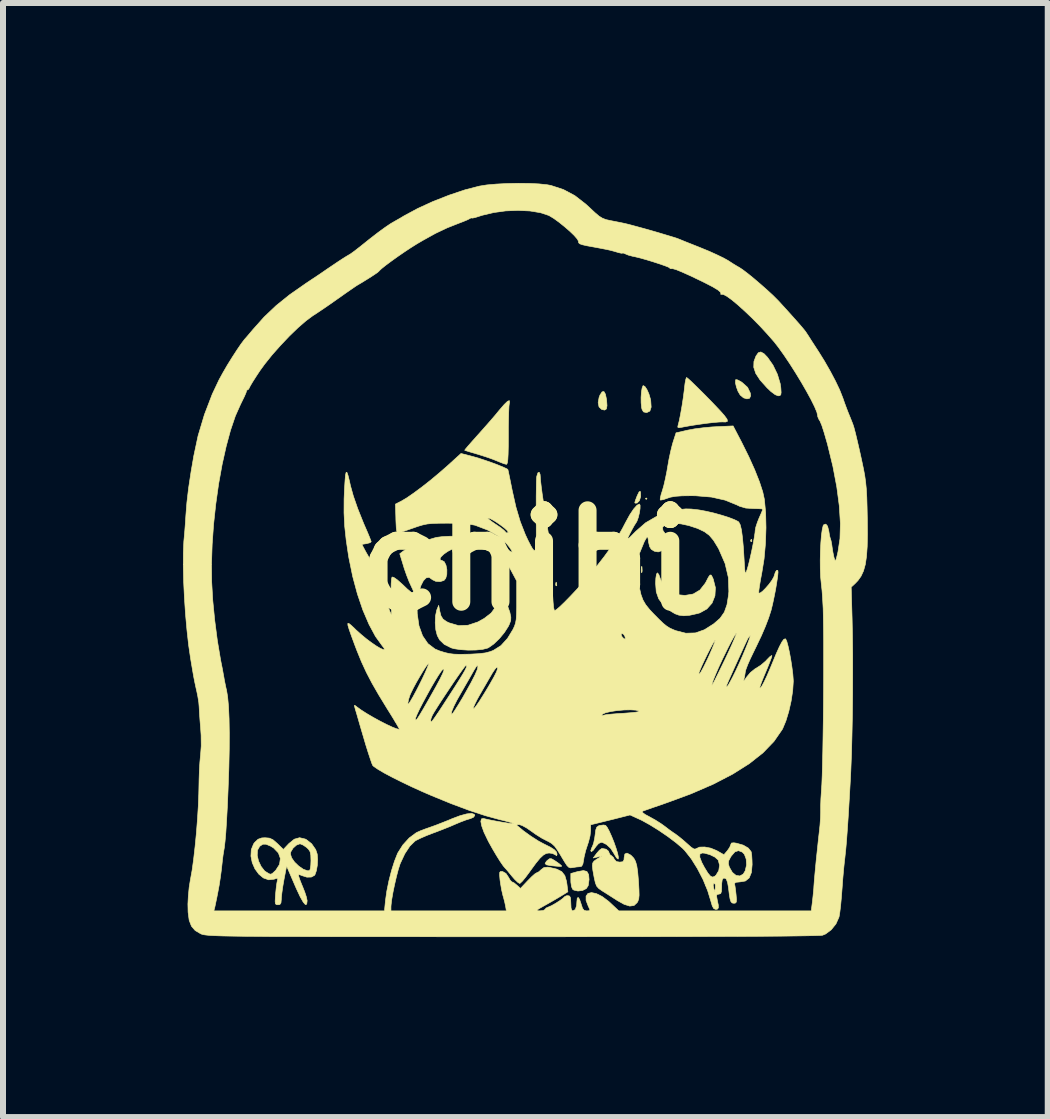
<source format=kicad_pcb>
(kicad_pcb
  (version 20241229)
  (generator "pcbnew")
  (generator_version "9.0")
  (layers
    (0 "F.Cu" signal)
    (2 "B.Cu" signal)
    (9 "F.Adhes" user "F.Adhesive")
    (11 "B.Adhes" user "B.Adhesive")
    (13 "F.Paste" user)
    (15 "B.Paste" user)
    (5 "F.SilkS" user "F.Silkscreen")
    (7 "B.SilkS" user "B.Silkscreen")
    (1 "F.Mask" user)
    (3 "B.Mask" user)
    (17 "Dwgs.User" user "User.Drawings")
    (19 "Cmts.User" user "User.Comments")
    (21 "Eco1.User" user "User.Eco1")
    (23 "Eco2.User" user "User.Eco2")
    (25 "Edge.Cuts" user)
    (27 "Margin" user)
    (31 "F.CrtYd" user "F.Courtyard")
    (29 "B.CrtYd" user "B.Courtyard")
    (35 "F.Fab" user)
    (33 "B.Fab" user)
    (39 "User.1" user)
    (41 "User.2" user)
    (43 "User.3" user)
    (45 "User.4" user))
  (footprint "chibi"
    (layer "F.Cu")
    (at 5.727 6.29)
    (property "Reference" "chibi" (at 0 0 0) (layer "F.SilkS") (effects (font (size 1.524 1.524) (thickness 0.3))))
    (attr through_hole)
    (fp_poly (pts (xy 2.007 -1.029) (xy 1.994 -1.016) (xy 1.981 -1.029) (xy 1.994 -1.041) (xy 2.007 -1.029)) (stroke (width 0.01) (type solid)) (fill yes) (layer "F.SilkS"))
    (fp_poly (pts (xy 0.5 0.376) (xy 0.503 0.416) (xy 0.498 0.425) (xy 0.486 0.417) (xy 0.485 0.392) (xy 0.491 0.364) (xy 0.5 0.376)) (stroke (width 0.01) (type solid)) (fill yes) (layer "F.SilkS"))
    (fp_poly (pts (xy 3.751 -0.347) (xy 3.754 -0.317) (xy 3.751 -0.313) (xy 3.736 -0.317) (xy 3.734 -0.33) (xy 3.743 -0.351) (xy 3.751 -0.347)) (stroke (width 0.01) (type solid)) (fill yes) (layer "F.SilkS"))
    (fp_poly (pts (xy 1.923 0.108) (xy 1.926 0.172) (xy 1.923 0.197) (xy 1.915 0.205) (xy 1.911 0.17) (xy 1.911 0.152) (xy 1.914 0.106) (xy 1.92 0.101) (xy 1.923 0.108)) (stroke (width 0.01) (type solid)) (fill yes) (layer "F.SilkS"))
    (fp_poly (pts (xy 1.899 -1.135) (xy 1.901 -1.061) (xy 1.88 -0.995) (xy 1.842 -0.956) (xy 1.842 -0.956) (xy 1.809 -0.954) (xy 1.803 -0.963) (xy 1.813 -0.998) (xy 1.836 -1.059) (xy 1.846 -1.083) (xy 1.874 -1.14) (xy 1.892 -1.152) (xy 1.899 -1.135)) (stroke (width 0.01) (type solid)) (fill yes) (layer "F.SilkS"))
    (fp_poly (pts (xy 1.314 -2.77) (xy 1.333 -2.678) (xy 1.333 -2.677) (xy 1.34 -2.579) (xy 1.33 -2.524) (xy 1.3 -2.505) (xy 1.251 -2.516) (xy 1.207 -2.558) (xy 1.193 -2.63) (xy 1.209 -2.72) (xy 1.223 -2.755) (xy 1.258 -2.809) (xy 1.289 -2.814) (xy 1.314 -2.77)) (stroke (width 0.01) (type solid)) (fill yes) (layer "F.SilkS"))
    (fp_poly (pts (xy 1.005 5.185) (xy 1.034 5.237) (xy 1.041 5.32) (xy 1.027 5.42) (xy 0.995 5.47) (xy 0.932 5.502) (xy 0.855 5.511) (xy 0.787 5.495) (xy 0.767 5.481) (xy 0.749 5.439) (xy 0.738 5.367) (xy 0.737 5.334) (xy 0.737 5.218) (xy 0.854 5.186) (xy 0.948 5.17) (xy 1.005 5.185)) (stroke (width 0.01) (type solid)) (fill yes) (layer "F.SilkS"))
    (fp_poly (pts (xy 0.415 4.973) (xy 0.463 5) (xy 0.49 5.018) (xy 0.547 5.059) (xy 0.58 5.088) (xy 0.584 5.094) (xy 0.581 5.1) (xy 0.564 5.102) (xy 0.522 5.099) (xy 0.445 5.092) (xy 0.4 5.087) (xy 0.33 5.074) (xy 0.308 5.052) (xy 0.331 5.014) (xy 0.351 4.996) (xy 0.383 4.972) (xy 0.415 4.973)) (stroke (width 0.01) (type solid)) (fill yes) (layer "F.SilkS"))
    (fp_poly (pts (xy 3.514 -3.009) (xy 3.567 -2.982) (xy 3.59 -2.967) (xy 3.683 -2.884) (xy 3.729 -2.788) (xy 3.734 -2.742) (xy 3.716 -2.702) (xy 3.672 -2.692) (xy 3.616 -2.709) (xy 3.562 -2.754) (xy 3.559 -2.758) (xy 3.524 -2.817) (xy 3.497 -2.89) (xy 3.481 -2.959) (xy 3.483 -3.006) (xy 3.487 -3.013) (xy 3.514 -3.009)) (stroke (width 0.01) (type solid)) (fill yes) (layer "F.SilkS"))
    (fp_poly (pts (xy 1.972 -2.898) (xy 2.006 -2.847) (xy 2.039 -2.773) (xy 2.064 -2.688) (xy 2.069 -2.66) (xy 2.076 -2.554) (xy 2.055 -2.489) (xy 2.004 -2.464) (xy 1.993 -2.464) (xy 1.948 -2.475) (xy 1.924 -2.517) (xy 1.917 -2.546) (xy 1.909 -2.625) (xy 1.908 -2.715) (xy 1.914 -2.803) (xy 1.925 -2.873) (xy 1.94 -2.91) (xy 1.944 -2.913) (xy 1.972 -2.898)) (stroke (width 0.01) (type solid)) (fill yes) (layer "F.SilkS"))
    (fp_poly (pts (xy 3.957 -3.445) (xy 4.014 -3.386) (xy 4.106 -3.255) (xy 4.18 -3.102) (xy 4.227 -2.945) (xy 4.237 -2.877) (xy 4.242 -2.799) (xy 4.236 -2.759) (xy 4.216 -2.745) (xy 4.192 -2.743) (xy 4.143 -2.762) (xy 4.072 -2.815) (xy 4.008 -2.876) (xy 3.892 -3.005) (xy 3.819 -3.117) (xy 3.786 -3.218) (xy 3.789 -3.315) (xy 3.823 -3.405) (xy 3.862 -3.461) (xy 3.904 -3.474) (xy 3.957 -3.445)) (stroke (width 0.01) (type solid)) (fill yes) (layer "F.SilkS"))
    (fp_poly (pts (xy 1.317 4.417) (xy 1.344 4.451) (xy 1.379 4.516) (xy 1.418 4.603) (xy 1.457 4.7) (xy 1.491 4.797) (xy 1.517 4.882) (xy 1.53 4.946) (xy 1.527 4.977) (xy 1.524 4.978) (xy 1.499 4.958) (xy 1.467 4.906) (xy 1.458 4.889) (xy 1.403 4.802) (xy 1.333 4.736) (xy 1.263 4.701) (xy 1.243 4.699) (xy 1.2 4.719) (xy 1.156 4.769) (xy 1.152 4.775) (xy 1.109 4.834) (xy 1.079 4.855) (xy 1.069 4.839) (xy 1.087 4.787) (xy 1.098 4.767) (xy 1.118 4.71) (xy 1.135 4.626) (xy 1.142 4.574) (xy 1.153 4.492) (xy 1.169 4.448) (xy 1.199 4.425) (xy 1.223 4.418) (xy 1.282 4.41) (xy 1.317 4.417)) (stroke (width 0.01) (type solid)) (fill yes) (layer "F.SilkS"))
    (fp_poly (pts (xy 2.205 0.239) (xy 2.232 0.315) (xy 2.288 0.438) (xy 2.376 0.522) (xy 2.498 0.57) (xy 2.639 0.584) (xy 2.776 0.561) (xy 2.889 0.494) (xy 2.977 0.382) (xy 2.99 0.359) (xy 3.031 0.279) (xy 3.058 0.243) (xy 3.078 0.246) (xy 3.099 0.285) (xy 3.111 0.313) (xy 3.147 0.455) (xy 3.139 0.591) (xy 3.091 0.712) (xy 3.005 0.809) (xy 2.887 0.875) (xy 2.848 0.886) (xy 2.717 0.915) (xy 2.619 0.923) (xy 2.538 0.913) (xy 2.474 0.89) (xy 2.398 0.844) (xy 2.314 0.778) (xy 2.275 0.74) (xy 2.202 0.641) (xy 2.161 0.525) (xy 2.15 0.381) (xy 2.154 0.298) (xy 2.165 0.228) (xy 2.182 0.208) (xy 2.205 0.239)) (stroke (width 0.01) (type solid)) (fill yes) (layer "F.SilkS"))
    (fp_poly (pts (xy 2.69 -3.031) (xy 2.742 -2.984) (xy 2.814 -2.914) (xy 2.9 -2.829) (xy 2.993 -2.736) (xy 3.086 -2.641) (xy 3.171 -2.552) (xy 3.242 -2.476) (xy 3.292 -2.419) (xy 3.295 -2.416) (xy 3.341 -2.353) (xy 3.348 -2.318) (xy 3.315 -2.306) (xy 3.263 -2.308) (xy 3.207 -2.306) (xy 3.113 -2.298) (xy 2.994 -2.284) (xy 2.864 -2.266) (xy 2.734 -2.246) (xy 2.618 -2.225) (xy 2.594 -2.22) (xy 2.538 -2.211) (xy 2.519 -2.221) (xy 2.525 -2.253) (xy 2.545 -2.33) (xy 2.567 -2.442) (xy 2.59 -2.573) (xy 2.611 -2.709) (xy 2.627 -2.832) (xy 2.63 -2.864) (xy 2.641 -2.953) (xy 2.654 -3.019) (xy 2.665 -3.048) (xy 2.667 -3.048) (xy 2.69 -3.031)) (stroke (width 0.01) (type solid)) (fill yes) (layer "F.SilkS"))
    (fp_poly (pts (xy -0.284 -2.632) (xy -0.289 -2.61) (xy -0.294 -2.567) (xy -0.298 -2.482) (xy -0.301 -2.365) (xy -0.304 -2.225) (xy -0.304 -2.076) (xy -0.305 -1.901) (xy -0.308 -1.771) (xy -0.313 -1.681) (xy -0.32 -1.627) (xy -0.331 -1.603) (xy -0.337 -1.601) (xy -0.377 -1.611) (xy -0.444 -1.637) (xy -0.483 -1.653) (xy -0.562 -1.685) (xy -0.67 -1.723) (xy -0.786 -1.76) (xy -0.811 -1.768) (xy -0.908 -1.796) (xy -0.983 -1.819) (xy -1.026 -1.833) (xy -1.032 -1.836) (xy -1.018 -1.856) (xy -0.976 -1.906) (xy -0.912 -1.979) (xy -0.832 -2.069) (xy -0.814 -2.089) (xy -0.714 -2.201) (xy -0.611 -2.318) (xy -0.519 -2.425) (xy -0.456 -2.502) (xy -0.373 -2.598) (xy -0.317 -2.652) (xy -0.288 -2.663) (xy -0.284 -2.632)) (stroke (width 0.01) (type solid)) (fill yes) (layer "F.SilkS"))
    (fp_poly (pts (xy -0.39 0.655) (xy -0.316 0.762) (xy -0.28 0.863) (xy -0.263 0.945) (xy -0.265 1.004) (xy -0.288 1.065) (xy -0.304 1.099) (xy -0.37 1.202) (xy -0.455 1.305) (xy -0.548 1.394) (xy -0.635 1.455) (xy -0.653 1.463) (xy -0.733 1.483) (xy -0.845 1.494) (xy -0.973 1.496) (xy -1.1 1.488) (xy -1.208 1.472) (xy -1.256 1.458) (xy -1.371 1.401) (xy -1.45 1.325) (xy -1.489 1.252) (xy -1.513 1.159) (xy -1.523 1.042) (xy -1.518 0.924) (xy -1.498 0.829) (xy -1.495 0.821) (xy -1.465 0.749) (xy -1.449 0.839) (xy -1.427 0.925) (xy -1.393 0.979) (xy -1.332 1.022) (xy -1.286 1.043) (xy -1.134 1.087) (xy -0.976 1.081) (xy -0.811 1.026) (xy -0.706 0.967) (xy -0.591 0.878) (xy -0.519 0.779) (xy -0.484 0.667) (xy -0.47 0.576) (xy -0.39 0.655)) (stroke (width 0.01) (type solid)) (fill yes) (layer "F.SilkS"))
    (fp_poly (pts (xy 1.326 4.814) (xy 1.366 4.848) (xy 1.372 4.868) (xy 1.392 4.908) (xy 1.409 4.918) (xy 1.447 4.952) (xy 1.461 4.981) (xy 1.496 5.02) (xy 1.551 5.029) (xy 1.604 5.023) (xy 1.623 4.992) (xy 1.626 4.953) (xy 1.638 4.894) (xy 1.673 4.879) (xy 1.731 4.909) (xy 1.748 4.923) (xy 1.787 4.964) (xy 1.815 5.016) (xy 1.836 5.087) (xy 1.851 5.187) (xy 1.863 5.326) (xy 1.866 5.366) (xy 1.873 5.493) (xy 1.875 5.581) (xy 1.869 5.64) (xy 1.855 5.682) (xy 1.843 5.703) (xy 1.791 5.752) (xy 1.72 5.762) (xy 1.626 5.733) (xy 1.51 5.668) (xy 1.415 5.607) (xy 1.321 5.547) (xy 1.257 5.507) (xy 1.202 5.468) (xy 1.167 5.428) (xy 1.145 5.371) (xy 1.125 5.28) (xy 1.124 5.275) (xy 1.104 5.164) (xy 1.096 5.091) (xy 1.102 5.044) (xy 1.124 5.012) (xy 1.165 4.983) (xy 1.175 4.977) (xy 1.257 4.925) (xy 1.184 4.943) (xy 1.111 4.96) (xy 1.17 4.88) (xy 1.215 4.829) (xy 1.253 4.802) (xy 1.26 4.801) (xy 1.326 4.814)) (stroke (width 0.01) (type solid)) (fill yes) (layer "F.SilkS"))
    (fp_poly (pts (xy -3.691 4.644) (xy -3.675 4.651) (xy -3.583 4.723) (xy -3.515 4.821) (xy -3.49 4.895) (xy -3.483 4.982) (xy -3.488 5.081) (xy -3.504 5.173) (xy -3.527 5.238) (xy -3.534 5.249) (xy -3.587 5.278) (xy -3.662 5.28) (xy -3.738 5.256) (xy -3.782 5.239) (xy -3.801 5.241) (xy -3.798 5.268) (xy -3.777 5.33) (xy -3.744 5.413) (xy -3.736 5.431) (xy -3.698 5.527) (xy -3.67 5.612) (xy -3.658 5.671) (xy -3.658 5.675) (xy -3.665 5.73) (xy -3.687 5.737) (xy -3.723 5.696) (xy -3.773 5.608) (xy -3.837 5.472) (xy -3.861 5.417) (xy -4 5.094) (xy -4.044 5.322) (xy -4.064 5.437) (xy -4.079 5.544) (xy -4.088 5.626) (xy -4.088 5.645) (xy -4.094 5.709) (xy -4.113 5.736) (xy -4.144 5.74) (xy -4.172 5.737) (xy -4.187 5.722) (xy -4.191 5.682) (xy -4.187 5.608) (xy -4.183 5.554) (xy -4.173 5.456) (xy -4.162 5.376) (xy -4.152 5.328) (xy -4.151 5.326) (xy -4.147 5.301) (xy -4.171 5.301) (xy -4.209 5.314) (xy -4.3 5.324) (xy -4.387 5.293) (xy -4.464 5.229) (xy -4.528 5.141) (xy -4.573 5.038) (xy -4.595 4.928) (xy -4.594 4.916) (xy -4.49 4.916) (xy -4.468 5.011) (xy -4.424 5.103) (xy -4.365 5.178) (xy -4.294 5.223) (xy -4.262 5.231) (xy -4.234 5.215) (xy -4.19 5.174) (xy -4.18 5.164) (xy -4.118 5.067) (xy -4.104 4.968) (xy -4.131 4.892) (xy -3.937 4.892) (xy -3.917 4.957) (xy -3.867 5.029) (xy -3.797 5.096) (xy -3.722 5.148) (xy -3.652 5.173) (xy -3.619 5.172) (xy -3.606 5.144) (xy -3.597 5.081) (xy -3.594 5.005) (xy -3.597 4.914) (xy -3.608 4.857) (xy -3.634 4.816) (xy -3.666 4.785) (xy -3.724 4.745) (xy -3.773 4.725) (xy -3.778 4.724) (xy -3.835 4.745) (xy -3.892 4.796) (xy -3.93 4.858) (xy -3.937 4.892) (xy -4.131 4.892) (xy -4.138 4.875) (xy -4.216 4.794) (xy -4.268 4.762) (xy -4.343 4.731) (xy -4.396 4.731) (xy -4.446 4.764) (xy -4.449 4.766) (xy -4.485 4.83) (xy -4.49 4.916) (xy -4.594 4.916) (xy -4.589 4.821) (xy -4.55 4.725) (xy -4.532 4.701) (xy -4.476 4.648) (xy -4.414 4.626) (xy -4.36 4.623) (xy -4.288 4.629) (xy -4.229 4.655) (xy -4.164 4.711) (xy -4.154 4.72) (xy -4.054 4.818) (xy -3.962 4.72) (xy -3.872 4.647) (xy -3.784 4.622) (xy -3.691 4.644)) (stroke (width 0.01) (type solid)) (fill yes) (layer "F.SilkS"))
    (fp_poly (pts (xy 0.042 -6.283) (xy 0.207 -6.275) (xy 0.341 -6.261) (xy 0.406 -6.249) (xy 0.613 -6.181) (xy 0.803 -6.08) (xy 0.987 -5.937) (xy 1.047 -5.882) (xy 1.139 -5.796) (xy 1.207 -5.738) (xy 1.264 -5.703) (xy 1.323 -5.68) (xy 1.39 -5.665) (xy 1.492 -5.645) (xy 1.592 -5.625) (xy 1.638 -5.615) (xy 1.701 -5.6) (xy 1.798 -5.574) (xy 1.919 -5.541) (xy 2.052 -5.504) (xy 2.187 -5.465) (xy 2.313 -5.427) (xy 2.42 -5.395) (xy 2.497 -5.371) (xy 2.527 -5.36) (xy 2.569 -5.343) (xy 2.647 -5.311) (xy 2.753 -5.269) (xy 2.874 -5.221) (xy 2.908 -5.207) (xy 3.042 -5.152) (xy 3.17 -5.094) (xy 3.28 -5.041) (xy 3.358 -4.998) (xy 3.365 -4.993) (xy 3.444 -4.942) (xy 3.513 -4.9) (xy 3.546 -4.882) (xy 3.603 -4.844) (xy 3.686 -4.781) (xy 3.788 -4.698) (xy 3.898 -4.604) (xy 4.007 -4.508) (xy 4.106 -4.417) (xy 4.184 -4.339) (xy 4.204 -4.318) (xy 4.341 -4.168) (xy 4.447 -4.05) (xy 4.527 -3.96) (xy 4.585 -3.893) (xy 4.626 -3.844) (xy 4.653 -3.809) (xy 4.668 -3.786) (xy 4.699 -3.739) (xy 4.749 -3.66) (xy 4.812 -3.563) (xy 4.866 -3.48) (xy 4.966 -3.319) (xy 5.062 -3.151) (xy 5.148 -2.988) (xy 5.218 -2.841) (xy 5.265 -2.722) (xy 5.271 -2.707) (xy 5.3 -2.623) (xy 5.338 -2.521) (xy 5.36 -2.464) (xy 5.395 -2.379) (xy 5.424 -2.306) (xy 5.437 -2.273) (xy 5.456 -2.215) (xy 5.482 -2.116) (xy 5.513 -1.986) (xy 5.548 -1.835) (xy 5.584 -1.671) (xy 5.615 -1.524) (xy 5.635 -1.418) (xy 5.65 -1.311) (xy 5.662 -1.192) (xy 5.67 -1.052) (xy 5.675 -0.881) (xy 5.679 -0.686) (xy 5.681 -0.437) (xy 5.677 -0.232) (xy 5.665 -0.065) (xy 5.645 0.069) (xy 5.615 0.176) (xy 5.574 0.264) (xy 5.522 0.337) (xy 5.474 0.387) (xy 5.41 0.446) (xy 5.425 0.966) (xy 5.431 1.246) (xy 5.435 1.559) (xy 5.435 1.893) (xy 5.434 2.237) (xy 5.43 2.581) (xy 5.423 2.913) (xy 5.415 3.224) (xy 5.404 3.5) (xy 5.397 3.645) (xy 5.378 3.98) (xy 5.361 4.265) (xy 5.345 4.502) (xy 5.331 4.692) (xy 5.318 4.836) (xy 5.307 4.935) (xy 5.307 4.939) (xy 5.296 5.032) (xy 5.283 5.159) (xy 5.27 5.306) (xy 5.259 5.457) (xy 5.257 5.482) (xy 5.246 5.623) (xy 5.234 5.753) (xy 5.221 5.861) (xy 5.209 5.935) (xy 5.206 5.947) (xy 5.156 6.059) (xy 5.077 6.157) (xy 4.983 6.227) (xy 4.932 6.248) (xy 4.893 6.251) (xy 4.804 6.254) (xy 4.664 6.257) (xy 4.474 6.26) (xy 4.233 6.263) (xy 3.942 6.265) (xy 3.6 6.267) (xy 3.208 6.268) (xy 2.767 6.27) (xy 2.275 6.271) (xy 1.733 6.272) (xy 1.142 6.272) (xy 0.501 6.273) (xy -0.19 6.273) (xy -0.241 6.273) (xy -0.839 6.273) (xy -1.387 6.273) (xy -1.889 6.272) (xy -2.347 6.272) (xy -2.762 6.272) (xy -3.137 6.272) (xy -3.474 6.271) (xy -3.775 6.27) (xy -4.042 6.27) (xy -4.278 6.269) (xy -4.484 6.267) (xy -4.662 6.266) (xy -4.815 6.264) (xy -4.945 6.262) (xy -5.054 6.26) (xy -5.144 6.257) (xy -5.217 6.254) (xy -5.275 6.251) (xy -5.32 6.247) (xy -5.355 6.243) (xy -5.382 6.239) (xy -5.403 6.234) (xy -5.419 6.229) (xy -5.433 6.223) (xy -5.436 6.221) (xy -5.524 6.169) (xy -5.586 6.097) (xy -5.624 5.998) (xy -5.642 5.863) (xy -5.645 5.728) (xy -5.638 5.594) (xy -5.624 5.449) (xy -5.604 5.324) (xy -5.601 5.309) (xy -5.575 5.165) (xy -5.55 4.983) (xy -5.526 4.773) (xy -5.504 4.548) (xy -5.486 4.318) (xy -5.472 4.096) (xy -5.464 3.894) (xy -5.462 3.809) (xy -5.459 3.656) (xy -5.454 3.505) (xy -5.446 3.37) (xy -5.437 3.268) (xy -5.434 3.242) (xy -5.423 3.094) (xy -5.425 2.914) (xy -5.433 2.798) (xy -5.443 2.676) (xy -5.451 2.563) (xy -5.456 2.475) (xy -5.458 2.438) (xy -5.464 2.365) (xy -5.48 2.267) (xy -5.497 2.184) (xy -5.516 2.1) (xy -5.531 2.029) (xy -5.545 1.958) (xy -5.56 1.874) (xy -5.579 1.763) (xy -5.6 1.638) (xy -5.633 1.413) (xy -5.661 1.161) (xy -5.685 0.894) (xy -5.703 0.621) (xy -5.716 0.354) (xy -5.722 0.102) (xy -5.722 0.064) (xy -5.252 0.064) (xy -5.249 0.356) (xy -5.231 0.666) (xy -5.198 1.001) (xy -5.154 1.339) (xy -5.101 1.655) (xy -5.092 1.702) (xy -5.071 1.806) (xy -5.054 1.901) (xy -5.042 1.966) (xy -5.042 1.969) (xy -5.028 2.042) (xy -5.009 2.133) (xy -5.002 2.159) (xy -4.983 2.275) (xy -4.968 2.437) (xy -4.959 2.639) (xy -4.955 2.876) (xy -4.956 3.144) (xy -4.962 3.437) (xy -4.964 3.505) (xy -4.976 3.833) (xy -4.988 4.112) (xy -5.001 4.345) (xy -5.013 4.535) (xy -5.026 4.683) (xy -5.039 4.793) (xy -5.045 4.826) (xy -5.059 4.912) (xy -5.069 4.991) (xy -5.087 5.156) (xy -5.105 5.29) (xy -5.124 5.415) (xy -5.143 5.517) (xy -5.163 5.62) (xy -5.182 5.711) (xy -5.195 5.773) (xy -5.196 5.778) (xy -5.213 5.842) (xy -2.369 5.842) (xy -2.352 5.669) (xy -2.33 5.513) (xy -2.295 5.341) (xy -2.251 5.169) (xy -2.202 5.014) (xy -2.153 4.89) (xy -2.146 4.875) (xy -2.062 4.742) (xy -1.956 4.626) (xy -1.843 4.542) (xy -1.829 4.534) (xy -1.771 4.508) (xy -1.685 4.475) (xy -1.613 4.45) (xy -1.516 4.415) (xy -1.395 4.368) (xy -1.273 4.319) (xy -1.246 4.307) (xy -1.108 4.255) (xy -0.997 4.225) (xy -0.916 4.217) (xy -0.871 4.233) (xy -0.864 4.252) (xy -0.886 4.282) (xy -0.939 4.305) (xy -0.944 4.306) (xy -1.01 4.326) (xy -1.1 4.36) (xy -1.179 4.393) (xy -1.276 4.435) (xy -1.399 4.484) (xy -1.526 4.533) (xy -1.562 4.546) (xy -1.671 4.588) (xy -1.769 4.631) (xy -1.842 4.667) (xy -1.862 4.68) (xy -1.947 4.764) (xy -2.03 4.89) (xy -2.105 5.05) (xy -2.109 5.06) (xy -2.137 5.147) (xy -2.168 5.264) (xy -2.199 5.397) (xy -2.227 5.531) (xy -2.248 5.652) (xy -2.259 5.744) (xy -2.261 5.772) (xy -2.261 5.842) (xy -0.337 5.842) (xy -0.349 5.772) (xy -0.363 5.704) (xy -0.385 5.617) (xy -0.394 5.588) (xy -0.416 5.494) (xy -0.435 5.383) (xy -0.443 5.326) (xy -0.45 5.243) (xy -0.448 5.2) (xy -0.434 5.185) (xy -0.403 5.186) (xy -0.4 5.186) (xy -0.344 5.218) (xy -0.305 5.276) (xy -0.273 5.331) (xy -0.246 5.358) (xy -0.243 5.359) (xy -0.209 5.375) (xy -0.161 5.414) (xy -0.161 5.414) (xy -0.103 5.468) (xy 0.02 5.338) (xy 0.084 5.273) (xy 0.137 5.226) (xy 0.168 5.207) (xy 0.169 5.207) (xy 0.204 5.19) (xy 0.243 5.154) (xy 0.29 5.119) (xy 0.351 5.113) (xy 0.38 5.117) (xy 0.504 5.146) (xy 0.586 5.188) (xy 0.637 5.253) (xy 0.665 5.349) (xy 0.673 5.402) (xy 0.688 5.524) (xy 0.566 5.599) (xy 0.475 5.653) (xy 0.367 5.715) (xy 0.292 5.757) (xy 0.214 5.801) (xy 0.176 5.826) (xy 0.174 5.838) (xy 0.203 5.841) (xy 0.222 5.841) (xy 0.278 5.835) (xy 0.305 5.82) (xy 0.305 5.818) (xy 0.326 5.794) (xy 0.362 5.778) (xy 0.415 5.755) (xy 0.484 5.716) (xy 0.554 5.671) (xy 0.608 5.631) (xy 0.631 5.607) (xy 0.66 5.591) (xy 0.688 5.588) (xy 0.717 5.595) (xy 0.732 5.626) (xy 0.736 5.691) (xy 0.737 5.715) (xy 0.741 5.797) (xy 0.757 5.836) (xy 0.772 5.842) (xy 0.812 5.819) (xy 0.834 5.751) (xy 0.838 5.688) (xy 0.844 5.629) (xy 0.861 5.618) (xy 0.883 5.651) (xy 0.909 5.728) (xy 0.909 5.728) (xy 0.932 5.799) (xy 0.959 5.833) (xy 0.999 5.842) (xy 1.004 5.842) (xy 1.046 5.839) (xy 1.054 5.821) (xy 1.033 5.774) (xy 1.029 5.767) (xy 0.991 5.667) (xy 0.991 5.595) (xy 1.023 5.551) (xy 1.082 5.537) (xy 1.163 5.554) (xy 1.259 5.602) (xy 1.366 5.682) (xy 1.389 5.703) (xy 1.537 5.842) (xy 4.744 5.842) (xy 4.763 5.696) (xy 4.775 5.586) (xy 4.786 5.472) (xy 4.789 5.423) (xy 4.797 5.318) (xy 4.81 5.175) (xy 4.826 5.007) (xy 4.845 4.827) (xy 4.864 4.647) (xy 4.877 4.534) (xy 4.89 4.413) (xy 4.898 4.294) (xy 4.901 4.198) (xy 4.901 4.178) (xy 4.901 4.091) (xy 4.905 3.975) (xy 4.913 3.854) (xy 4.914 3.835) (xy 4.921 3.73) (xy 4.927 3.58) (xy 4.932 3.393) (xy 4.937 3.176) (xy 4.941 2.935) (xy 4.945 2.676) (xy 4.948 2.408) (xy 4.95 2.135) (xy 4.951 1.866) (xy 4.951 1.607) (xy 4.951 1.364) (xy 4.949 1.145) (xy 4.946 0.956) (xy 4.943 0.804) (xy 4.94 0.749) (xy 4.933 0.625) (xy 4.924 0.501) (xy 4.913 0.4) (xy 4.911 0.381) (xy 4.9 0.272) (xy 4.895 0.141) (xy 4.894 -0.004) (xy 4.897 -0.152) (xy 4.904 -0.293) (xy 4.914 -0.418) (xy 4.928 -0.517) (xy 4.943 -0.579) (xy 4.952 -0.593) (xy 4.987 -0.605) (xy 5.016 -0.571) (xy 5.036 -0.494) (xy 5.039 -0.477) (xy 5.05 -0.409) (xy 5.062 -0.365) (xy 5.064 -0.361) (xy 5.075 -0.325) (xy 5.087 -0.258) (xy 5.091 -0.227) (xy 5.105 -0.137) (xy 5.122 -0.054) (xy 5.127 -0.038) (xy 5.138 -0.003) (xy 5.149 0.002) (xy 5.162 -0.028) (xy 5.18 -0.1) (xy 5.19 -0.145) (xy 5.223 -0.361) (xy 5.23 -0.616) (xy 5.212 -0.906) (xy 5.17 -1.224) (xy 5.105 -1.567) (xy 5.017 -1.929) (xy 5.006 -1.968) (xy 4.958 -2.134) (xy 4.92 -2.251) (xy 4.889 -2.324) (xy 4.873 -2.348) (xy 4.853 -2.394) (xy 4.851 -2.412) (xy 4.838 -2.47) (xy 4.799 -2.563) (xy 4.74 -2.682) (xy 4.664 -2.821) (xy 4.577 -2.972) (xy 4.482 -3.128) (xy 4.384 -3.282) (xy 4.287 -3.426) (xy 4.196 -3.553) (xy 4.124 -3.645) (xy 4.01 -3.775) (xy 3.888 -3.907) (xy 3.763 -4.034) (xy 3.639 -4.152) (xy 3.524 -4.256) (xy 3.422 -4.341) (xy 3.339 -4.401) (xy 3.281 -4.432) (xy 3.259 -4.434) (xy 3.236 -4.434) (xy 3.238 -4.445) (xy 3.232 -4.47) (xy 3.186 -4.509) (xy 3.099 -4.561) (xy 2.967 -4.629) (xy 2.908 -4.658) (xy 2.728 -4.744) (xy 2.59 -4.806) (xy 2.492 -4.846) (xy 2.432 -4.863) (xy 2.41 -4.862) (xy 2.389 -4.865) (xy 2.388 -4.872) (xy 2.365 -4.887) (xy 2.304 -4.911) (xy 2.215 -4.942) (xy 2.11 -4.976) (xy 1.999 -5.01) (xy 1.893 -5.04) (xy 1.802 -5.062) (xy 1.766 -5.069) (xy 1.695 -5.088) (xy 1.647 -5.108) (xy 1.61 -5.123) (xy 1.6 -5.121) (xy 1.579 -5.119) (xy 1.527 -5.131) (xy 1.518 -5.134) (xy 1.45 -5.154) (xy 1.389 -5.17) (xy 1.319 -5.185) (xy 1.226 -5.203) (xy 1.119 -5.223) (xy 1.003 -5.244) (xy 0.929 -5.261) (xy 0.887 -5.276) (xy 0.868 -5.293) (xy 0.864 -5.316) (xy 0.864 -5.321) (xy 0.844 -5.357) (xy 0.793 -5.416) (xy 0.719 -5.487) (xy 0.631 -5.563) (xy 0.539 -5.637) (xy 0.452 -5.7) (xy 0.379 -5.744) (xy 0.37 -5.749) (xy 0.23 -5.795) (xy 0.055 -5.824) (xy -0.143 -5.833) (xy -0.349 -5.825) (xy -0.552 -5.797) (xy -0.739 -5.752) (xy -0.774 -5.741) (xy -0.849 -5.717) (xy -0.9 -5.705) (xy -0.914 -5.707) (xy -0.93 -5.707) (xy -0.946 -5.697) (xy -0.985 -5.677) (xy -1.057 -5.647) (xy -1.143 -5.614) (xy -1.325 -5.542) (xy -1.517 -5.451) (xy -1.73 -5.333) (xy -1.829 -5.275) (xy -1.926 -5.214) (xy -2.035 -5.142) (xy -2.147 -5.065) (xy -2.253 -4.989) (xy -2.346 -4.92) (xy -2.416 -4.864) (xy -2.455 -4.828) (xy -2.459 -4.822) (xy -2.484 -4.799) (xy -2.546 -4.757) (xy -2.636 -4.699) (xy -2.746 -4.631) (xy -2.824 -4.585) (xy -2.861 -4.561) (xy -2.929 -4.514) (xy -3.02 -4.451) (xy -3.124 -4.377) (xy -3.136 -4.369) (xy -3.255 -4.285) (xy -3.377 -4.201) (xy -3.487 -4.127) (xy -3.563 -4.078) (xy -3.676 -3.994) (xy -3.81 -3.878) (xy -3.954 -3.739) (xy -4.101 -3.584) (xy -4.242 -3.425) (xy -4.367 -3.269) (xy -4.444 -3.163) (xy -4.512 -3.06) (xy -4.568 -2.972) (xy -4.607 -2.906) (xy -4.623 -2.873) (xy -4.623 -2.872) (xy -4.641 -2.846) (xy -4.648 -2.845) (xy -4.668 -2.831) (xy -4.668 -2.826) (xy -4.676 -2.796) (xy -4.703 -2.733) (xy -4.745 -2.647) (xy -4.769 -2.598) (xy -4.855 -2.405) (xy -4.935 -2.169) (xy -5.008 -1.898) (xy -5.075 -1.598) (xy -5.133 -1.277) (xy -5.18 -0.943) (xy -5.217 -0.603) (xy -5.241 -0.265) (xy -5.252 0.064) (xy -5.722 0.064) (xy -5.721 -0.125) (xy -5.713 -0.316) (xy -5.707 -0.381) (xy -5.697 -0.493) (xy -5.687 -0.626) (xy -5.679 -0.749) (xy -5.662 -0.964) (xy -5.634 -1.203) (xy -5.598 -1.442) (xy -5.589 -1.499) (xy -5.572 -1.596) (xy -5.556 -1.689) (xy -5.55 -1.727) (xy -5.476 -2.075) (xy -5.37 -2.429) (xy -5.239 -2.771) (xy -5.126 -3.01) (xy -5.063 -3.125) (xy -4.989 -3.253) (xy -4.908 -3.383) (xy -4.829 -3.505) (xy -4.759 -3.608) (xy -4.704 -3.681) (xy -4.688 -3.699) (xy -4.658 -3.733) (xy -4.608 -3.792) (xy -4.559 -3.85) (xy -4.375 -4.056) (xy -4.175 -4.246) (xy -3.949 -4.428) (xy -3.684 -4.613) (xy -3.683 -4.614) (xy -3.578 -4.684) (xy -3.45 -4.769) (xy -3.321 -4.858) (xy -3.251 -4.905) (xy -3.152 -4.972) (xy -3.065 -5.029) (xy -3.001 -5.069) (xy -2.972 -5.086) (xy -2.935 -5.108) (xy -2.871 -5.154) (xy -2.794 -5.214) (xy -2.781 -5.224) (xy -2.62 -5.353) (xy -2.478 -5.463) (xy -2.36 -5.549) (xy -2.273 -5.608) (xy -2.248 -5.623) (xy -2.182 -5.661) (xy -2.096 -5.71) (xy -2.045 -5.741) (xy -1.819 -5.863) (xy -1.562 -5.981) (xy -1.292 -6.087) (xy -1.027 -6.176) (xy -0.787 -6.238) (xy -0.662 -6.258) (xy -0.504 -6.272) (xy -0.326 -6.281) (xy -0.139 -6.285) (xy 0.042 -6.283)) (stroke (width 0.01) (type solid)) (fill yes) (layer "F.SilkS"))
    (fp_poly (pts (xy 3.586 -1.965) (xy 3.703 -1.729) (xy 3.802 -1.509) (xy 3.881 -1.31) (xy 3.936 -1.141) (xy 3.963 -1.017) (xy 3.984 -0.796) (xy 3.99 -0.544) (xy 3.981 -0.281) (xy 3.958 -0.025) (xy 3.923 0.192) (xy 3.9 0.316) (xy 3.882 0.422) (xy 3.871 0.501) (xy 3.869 0.541) (xy 3.869 0.544) (xy 3.89 0.545) (xy 3.931 0.516) (xy 3.983 0.464) (xy 4.038 0.401) (xy 4.086 0.336) (xy 4.119 0.279) (xy 4.127 0.256) (xy 4.146 0.197) (xy 4.168 0.165) (xy 4.186 0.165) (xy 4.191 0.195) (xy 4.185 0.262) (xy 4.17 0.363) (xy 4.15 0.485) (xy 4.125 0.611) (xy 4.1 0.729) (xy 4.077 0.822) (xy 4.076 0.828) (xy 4.034 0.959) (xy 3.981 1.098) (xy 3.914 1.254) (xy 3.826 1.439) (xy 3.782 1.529) (xy 3.729 1.639) (xy 3.685 1.739) (xy 3.656 1.816) (xy 3.646 1.854) (xy 3.634 1.932) (xy 3.622 1.981) (xy 3.619 2.008) (xy 3.636 1.991) (xy 3.668 1.944) (xy 3.73 1.87) (xy 3.807 1.808) (xy 3.828 1.796) (xy 3.906 1.746) (xy 3.985 1.678) (xy 4.006 1.655) (xy 4.053 1.607) (xy 4.083 1.586) (xy 4.089 1.589) (xy 4.08 1.623) (xy 4.054 1.692) (xy 4.017 1.785) (xy 3.988 1.854) (xy 3.945 1.957) (xy 3.911 2.043) (xy 3.891 2.101) (xy 3.886 2.118) (xy 3.895 2.13) (xy 3.919 2.098) (xy 3.957 2.028) (xy 4.006 1.925) (xy 4.063 1.792) (xy 4.092 1.722) (xy 4.16 1.557) (xy 4.214 1.437) (xy 4.256 1.358) (xy 4.287 1.316) (xy 4.311 1.307) (xy 4.319 1.312) (xy 4.337 1.351) (xy 4.358 1.429) (xy 4.381 1.533) (xy 4.403 1.654) (xy 4.422 1.778) (xy 4.437 1.894) (xy 4.444 1.99) (xy 4.445 2.017) (xy 4.435 2.172) (xy 4.409 2.344) (xy 4.37 2.517) (xy 4.322 2.675) (xy 4.269 2.802) (xy 4.26 2.819) (xy 4.123 3.017) (xy 3.94 3.207) (xy 3.711 3.388) (xy 3.435 3.562) (xy 3.111 3.73) (xy 2.739 3.891) (xy 2.365 4.029) (xy 2.23 4.077) (xy 2.109 4.118) (xy 2.013 4.152) (xy 1.95 4.174) (xy 1.93 4.181) (xy 1.928 4.199) (xy 1.972 4.233) (xy 2.045 4.272) (xy 2.144 4.327) (xy 2.242 4.389) (xy 2.299 4.43) (xy 2.376 4.489) (xy 2.451 4.542) (xy 2.476 4.558) (xy 2.535 4.602) (xy 2.612 4.665) (xy 2.674 4.72) (xy 2.745 4.783) (xy 2.791 4.811) (xy 2.82 4.809) (xy 2.825 4.805) (xy 2.883 4.779) (xy 2.969 4.777) (xy 3.068 4.796) (xy 3.166 4.836) (xy 3.175 4.841) (xy 3.289 4.906) (xy 3.346 4.839) (xy 3.385 4.783) (xy 3.403 4.737) (xy 3.404 4.735) (xy 3.414 4.711) (xy 3.455 4.707) (xy 3.499 4.714) (xy 3.611 4.746) (xy 3.695 4.795) (xy 3.741 4.853) (xy 3.744 4.862) (xy 3.752 4.916) (xy 3.757 4.999) (xy 3.759 5.07) (xy 3.747 5.202) (xy 3.71 5.292) (xy 3.646 5.344) (xy 3.555 5.359) (xy 3.486 5.366) (xy 3.465 5.386) (xy 3.466 5.391) (xy 3.474 5.433) (xy 3.484 5.506) (xy 3.491 5.569) (xy 3.498 5.651) (xy 3.495 5.695) (xy 3.479 5.712) (xy 3.455 5.715) (xy 3.426 5.71) (xy 3.406 5.689) (xy 3.391 5.644) (xy 3.378 5.564) (xy 3.365 5.457) (xy 3.35 5.37) (xy 3.329 5.314) (xy 3.316 5.3) (xy 3.281 5.295) (xy 3.261 5.321) (xy 3.252 5.384) (xy 3.251 5.44) (xy 3.248 5.515) (xy 3.236 5.552) (xy 3.209 5.562) (xy 3.203 5.563) (xy 3.173 5.568) (xy 3.166 5.595) (xy 3.177 5.657) (xy 3.177 5.658) (xy 3.195 5.744) (xy 3.196 5.792) (xy 3.18 5.813) (xy 3.152 5.817) (xy 3.12 5.804) (xy 3.095 5.761) (xy 3.072 5.683) (xy 3.018 5.506) (xy 2.981 5.416) (xy 3.11 5.416) (xy 3.118 5.462) (xy 3.136 5.524) (xy 3.145 5.465) (xy 3.146 5.413) (xy 3.139 5.391) (xy 3.116 5.384) (xy 3.11 5.416) (xy 2.981 5.416) (xy 2.941 5.319) (xy 2.846 5.136) (xy 2.743 4.971) (xy 2.723 4.946) (xy 2.886 4.946) (xy 2.919 5.033) (xy 2.963 5.116) (xy 3.021 5.211) (xy 3.065 5.263) (xy 3.103 5.279) (xy 3.14 5.262) (xy 3.158 5.245) (xy 3.203 5.17) (xy 3.216 5.08) (xy 3.21 5.056) (xy 3.362 5.056) (xy 3.379 5.113) (xy 3.429 5.2) (xy 3.49 5.25) (xy 3.554 5.26) (xy 3.61 5.229) (xy 3.643 5.175) (xy 3.666 5.077) (xy 3.66 4.979) (xy 3.63 4.899) (xy 3.595 4.862) (xy 3.531 4.838) (xy 3.472 4.858) (xy 3.414 4.925) (xy 3.401 4.944) (xy 3.368 5.007) (xy 3.362 5.056) (xy 3.21 5.056) (xy 3.194 4.998) (xy 3.19 4.991) (xy 3.138 4.945) (xy 3.056 4.905) (xy 2.966 4.88) (xy 2.927 4.877) (xy 2.889 4.894) (xy 2.886 4.946) (xy 2.723 4.946) (xy 2.637 4.837) (xy 2.599 4.798) (xy 2.49 4.705) (xy 2.353 4.602) (xy 2.202 4.499) (xy 2.054 4.407) (xy 1.924 4.335) (xy 1.897 4.322) (xy 1.724 4.243) (xy 1.567 4.283) (xy 1.453 4.312) (xy 1.323 4.344) (xy 1.238 4.365) (xy 1.067 4.407) (xy 1.067 4.508) (xy 1.057 4.593) (xy 1.032 4.692) (xy 1.017 4.737) (xy 0.984 4.838) (xy 0.958 4.946) (xy 0.952 4.985) (xy 0.938 5.061) (xy 0.917 5.098) (xy 0.891 5.105) (xy 0.832 5.11) (xy 0.77 5.12) (xy 0.733 5.125) (xy 0.704 5.116) (xy 0.673 5.086) (xy 0.634 5.027) (xy 0.577 4.932) (xy 0.577 4.931) (xy 0.515 4.83) (xy 0.467 4.763) (xy 0.419 4.719) (xy 0.364 4.686) (xy 0.338 4.674) (xy 0.252 4.629) (xy 0.152 4.566) (xy 0.082 4.516) (xy 0.002 4.461) (xy -0.072 4.42) (xy -0.12 4.404) (xy -0.16 4.405) (xy -0.162 4.417) (xy -0.053 4.507) (xy 0.073 4.598) (xy 0.198 4.678) (xy 0.286 4.725) (xy 0.394 4.779) (xy 0.462 4.822) (xy 0.497 4.859) (xy 0.508 4.896) (xy 0.508 4.898) (xy 0.501 4.923) (xy 0.478 4.907) (xy 0.431 4.885) (xy 0.375 4.877) (xy 0.328 4.884) (xy 0.28 4.911) (xy 0.225 4.962) (xy 0.157 5.044) (xy 0.07 5.163) (xy 0.043 5.201) (xy -0.018 5.283) (xy -0.07 5.346) (xy -0.107 5.381) (xy -0.116 5.385) (xy -0.147 5.366) (xy -0.197 5.318) (xy -0.244 5.264) (xy -0.298 5.198) (xy -0.339 5.149) (xy -0.356 5.131) (xy -0.39 5.091) (xy -0.441 5.017) (xy -0.503 4.918) (xy -0.569 4.806) (xy -0.633 4.691) (xy -0.648 4.661) (xy -0.71 4.532) (xy -0.748 4.427) (xy -0.763 4.35) (xy -0.752 4.308) (xy -0.718 4.302) (xy -0.661 4.316) (xy -0.578 4.333) (xy -0.481 4.351) (xy -0.383 4.368) (xy -0.298 4.381) (xy -0.237 4.388) (xy -0.214 4.388) (xy -0.233 4.379) (xy -0.291 4.361) (xy -0.379 4.337) (xy -0.451 4.32) (xy -0.687 4.255) (xy -0.958 4.166) (xy -1.258 4.054) (xy -1.578 3.923) (xy -1.731 3.857) (xy -1.91 3.776) (xy -2.081 3.694) (xy -2.237 3.616) (xy -2.371 3.545) (xy -2.475 3.484) (xy -2.544 3.437) (xy -2.564 3.419) (xy -2.579 3.385) (xy -2.605 3.31) (xy -2.64 3.204) (xy -2.681 3.074) (xy -2.719 2.944) (xy -2.762 2.799) (xy -2.8 2.668) (xy -2.831 2.56) (xy -2.854 2.484) (xy -2.863 2.451) (xy -2.871 2.417) (xy -2.855 2.421) (xy -2.83 2.441) (xy -2.76 2.492) (xy -2.668 2.551) (xy -2.561 2.614) (xy -2.448 2.676) (xy -2.339 2.732) (xy -2.243 2.777) (xy -2.169 2.806) (xy -2.126 2.816) (xy -2.12 2.813) (xy -2.131 2.791) (xy -2.164 2.733) (xy -2.194 2.684) (xy -1.598 2.684) (xy -1.587 2.692) (xy -1.569 2.672) (xy -1.53 2.618) (xy -1.509 2.588) (xy 1.247 2.588) (xy 1.272 2.584) (xy 1.282 2.581) (xy 1.326 2.572) (xy 1.409 2.563) (xy 1.518 2.554) (xy 1.62 2.548) (xy 1.737 2.539) (xy 1.822 2.53) (xy 1.87 2.52) (xy 1.875 2.511) (xy 1.821 2.496) (xy 1.733 2.491) (xy 1.625 2.493) (xy 1.51 2.503) (xy 1.403 2.519) (xy 1.317 2.539) (xy 1.266 2.562) (xy 1.263 2.565) (xy 1.247 2.588) (xy -1.509 2.588) (xy -1.488 2.557) (xy -1.255 2.557) (xy -1.247 2.565) (xy -1.227 2.544) (xy -1.187 2.486) (xy -1.173 2.463) (xy -0.889 2.463) (xy -0.877 2.469) (xy -0.843 2.429) (xy -0.785 2.345) (xy -0.704 2.216) (xy -0.632 2.097) (xy 3.327 2.097) (xy 3.336 2.109) (xy 3.363 2.076) (xy 3.407 1.997) (xy 3.439 1.936) (xy 3.492 1.828) (xy 3.547 1.709) (xy 3.601 1.587) (xy 3.649 1.472) (xy 3.689 1.373) (xy 3.717 1.299) (xy 3.727 1.259) (xy 3.727 1.254) (xy 3.71 1.267) (xy 3.682 1.312) (xy 3.676 1.326) (xy 3.63 1.423) (xy 3.578 1.537) (xy 3.522 1.66) (xy 3.466 1.783) (xy 3.415 1.897) (xy 3.372 1.992) (xy 3.342 2.062) (xy 3.328 2.095) (xy 3.327 2.097) (xy -0.632 2.097) (xy -0.624 2.083) (xy 3.088 2.083) (xy 3.089 2.083) (xy 3.103 2.061) (xy 3.135 2.001) (xy 3.181 1.908) (xy 3.238 1.792) (xy 3.303 1.659) (xy 3.367 1.523) (xy 3.422 1.403) (xy 3.464 1.306) (xy 3.491 1.239) (xy 3.498 1.211) (xy 3.485 1.224) (xy 3.454 1.275) (xy 3.409 1.356) (xy 3.355 1.461) (xy 3.335 1.502) (xy 3.263 1.649) (xy 3.2 1.785) (xy 3.149 1.903) (xy 3.111 1.996) (xy 3.09 2.059) (xy 3.088 2.083) (xy -0.624 2.083) (xy -0.617 2.071) (xy -0.546 1.946) (xy -0.515 1.885) (xy 2.87 1.885) (xy 2.879 1.896) (xy 2.906 1.859) (xy 2.951 1.776) (xy 3.015 1.645) (xy 3.045 1.579) (xy 3.089 1.479) (xy 3.122 1.398) (xy 3.141 1.346) (xy 3.143 1.331) (xy 3.128 1.347) (xy 3.098 1.4) (xy 3.057 1.477) (xy 3.01 1.569) (xy 2.963 1.666) (xy 2.921 1.756) (xy 2.889 1.83) (xy 2.872 1.876) (xy 2.87 1.885) (xy -0.515 1.885) (xy -0.5 1.854) (xy -0.482 1.799) (xy -0.492 1.783) (xy -0.506 1.789) (xy -0.532 1.819) (xy -0.57 1.876) (xy -0.591 1.912) (xy -0.633 1.984) (xy -0.69 2.083) (xy -0.752 2.19) (xy -0.771 2.223) (xy -0.823 2.316) (xy -0.863 2.396) (xy -0.886 2.45) (xy -0.889 2.463) (xy -1.173 2.463) (xy -1.132 2.398) (xy -1.066 2.288) (xy -1.018 2.203) (xy -0.925 2.036) (xy -0.86 1.909) (xy -0.822 1.82) (xy -0.811 1.769) (xy -0.824 1.753) (xy -0.841 1.773) (xy -0.874 1.826) (xy -0.908 1.886) (xy -0.959 1.976) (xy -1.023 2.087) (xy -1.085 2.195) (xy -1.087 2.198) (xy -1.16 2.327) (xy -1.214 2.434) (xy -1.246 2.512) (xy -1.255 2.557) (xy -1.488 2.557) (xy -1.475 2.538) (xy -1.414 2.445) (xy -1.29 2.254) (xy -1.192 2.102) (xy -1.117 1.983) (xy -1.063 1.895) (xy -1.027 1.832) (xy -1.007 1.791) (xy -0.999 1.766) (xy -1.003 1.755) (xy -1.014 1.753) (xy -1.033 1.773) (xy -1.074 1.828) (xy -1.132 1.91) (xy -1.202 2.011) (xy -1.278 2.124) (xy -1.355 2.24) (xy -1.429 2.352) (xy -1.493 2.452) (xy -1.543 2.532) (xy -1.572 2.583) (xy -1.596 2.644) (xy -1.598 2.684) (xy -2.194 2.684) (xy -2.216 2.646) (xy -2.216 2.646) (xy -1.854 2.646) (xy -1.851 2.662) (xy -1.838 2.658) (xy -1.814 2.627) (xy -1.776 2.567) (xy -1.72 2.473) (xy -1.644 2.34) (xy -1.606 2.273) (xy -1.51 2.103) (xy -1.441 1.973) (xy -1.397 1.882) (xy -1.377 1.828) (xy -1.381 1.81) (xy -1.394 1.814) (xy -1.423 1.847) (xy -1.47 1.916) (xy -1.529 2.012) (xy -1.595 2.125) (xy -1.662 2.247) (xy -1.727 2.367) (xy -1.784 2.477) (xy -1.826 2.567) (xy -1.851 2.629) (xy -1.854 2.646) (xy -2.216 2.646) (xy -2.282 2.539) (xy -2.329 2.464) (xy -2.372 2.393) (xy -1.98 2.393) (xy -1.969 2.393) (xy -1.94 2.353) (xy -1.894 2.275) (xy -1.836 2.167) (xy -1.801 2.099) (xy -1.74 1.976) (xy -1.69 1.869) (xy -1.653 1.784) (xy -1.634 1.732) (xy -1.632 1.72) (xy -1.647 1.729) (xy -1.68 1.774) (xy -1.726 1.845) (xy -1.779 1.933) (xy -1.834 2.028) (xy -1.885 2.122) (xy -1.926 2.205) (xy -1.943 2.243) (xy -1.968 2.319) (xy -1.98 2.385) (xy -1.98 2.393) (xy -2.372 2.393) (xy -2.465 2.241) (xy -2.577 2.046) (xy -2.671 1.866) (xy -2.753 1.688) (xy -2.83 1.499) (xy -2.864 1.41) (xy -2.92 1.258) (xy -2.958 1.15) (xy -2.978 1.083) (xy -2.98 1.051) (xy -2.963 1.051) (xy -2.927 1.079) (xy -2.871 1.131) (xy -2.842 1.16) (xy -2.757 1.236) (xy -2.669 1.309) (xy -2.583 1.373) (xy -2.504 1.427) (xy -2.438 1.466) (xy -2.391 1.486) (xy -2.369 1.485) (xy -2.378 1.459) (xy -2.405 1.425) (xy -2.519 1.267) (xy -2.627 1.066) (xy -2.729 0.828) (xy -2.82 0.56) (xy -2.898 0.27) (xy -2.961 -0.036) (xy -2.968 -0.076) (xy -3.007 -0.339) (xy -3.032 -0.571) (xy -3.043 -0.793) (xy -3.042 -1.023) (xy -3.035 -1.188) (xy -3.026 -1.331) (xy -3.018 -1.425) (xy -3.007 -1.469) (xy -2.994 -1.466) (xy -2.976 -1.415) (xy -2.952 -1.318) (xy -2.936 -1.245) (xy -2.888 -1.073) (xy -2.815 -0.863) (xy -2.717 -0.618) (xy -2.654 -0.473) (xy -2.621 -0.394) (xy -2.598 -0.335) (xy -2.59 -0.311) (xy -2.611 -0.294) (xy -2.664 -0.28) (xy -2.668 -0.279) (xy -2.746 -0.267) (xy -2.679 -0.141) (xy -2.63 -0.056) (xy -2.579 0.022) (xy -2.555 0.053) (xy -2.518 0.117) (xy -2.483 0.21) (xy -2.464 0.283) (xy -2.447 0.351) (xy -2.419 0.445) (xy -2.385 0.554) (xy -2.348 0.665) (xy -2.311 0.767) (xy -2.28 0.848) (xy -2.258 0.897) (xy -2.253 0.905) (xy -2.252 0.883) (xy -2.252 0.82) (xy -2.252 0.802) (xy -1.825 0.802) (xy -1.823 0.888) (xy -1.794 1.09) (xy -1.734 1.257) (xy -1.645 1.387) (xy -1.527 1.477) (xy -1.453 1.508) (xy -1.363 1.536) (xy -1.286 1.554) (xy -1.21 1.563) (xy -1.118 1.566) (xy -0.995 1.564) (xy -0.94 1.563) (xy -0.796 1.555) (xy -0.688 1.542) (xy -0.604 1.52) (xy -0.554 1.5) (xy -0.428 1.421) (xy -0.318 1.3) (xy -0.281 1.24) (xy 1.575 1.24) (xy 1.589 1.27) (xy 1.617 1.301) (xy 1.642 1.313) (xy 1.644 1.311) (xy 1.643 1.284) (xy 1.636 1.261) (xy 1.612 1.227) (xy 1.585 1.22) (xy 1.575 1.24) (xy -0.281 1.24) (xy -0.226 1.149) (xy -0.201 1.095) (xy -0.184 1.043) (xy -0.173 0.982) (xy -0.168 0.899) (xy -0.165 0.784) (xy -0.165 0.686) (xy -0.165 0.343) (xy -0.264 0.158) (xy -0.326 0.051) (xy -0.383 -0.022) (xy -0.446 -0.075) (xy -0.476 -0.094) (xy -0.619 -0.159) (xy -0.781 -0.204) (xy -0.948 -0.225) (xy -1.103 -0.222) (xy -1.232 -0.192) (xy -1.239 -0.189) (xy -1.316 -0.149) (xy -1.381 -0.103) (xy -1.427 -0.058) (xy -1.445 -0.022) (xy -1.43 -0.002) (xy -1.414 0) (xy -1.373 0.022) (xy -1.344 0.079) (xy -1.329 0.154) (xy -1.33 0.233) (xy -1.348 0.299) (xy -1.377 0.334) (xy -1.441 0.354) (xy -1.514 0.349) (xy -1.57 0.322) (xy -1.575 0.318) (xy -1.625 0.282) (xy -1.675 0.292) (xy -1.721 0.34) (xy -1.762 0.421) (xy -1.795 0.529) (xy -1.817 0.658) (xy -1.825 0.802) (xy -2.252 0.802) (xy -2.254 0.726) (xy -2.257 0.61) (xy -2.257 0.605) (xy -2.259 0.485) (xy -2.257 0.383) (xy -2.251 0.31) (xy -2.243 0.277) (xy -2.215 0.283) (xy -2.159 0.321) (xy -2.083 0.388) (xy -2.063 0.406) (xy -1.99 0.476) (xy -1.928 0.528) (xy -1.888 0.556) (xy -1.881 0.559) (xy -1.878 0.539) (xy -1.896 0.488) (xy -1.919 0.439) (xy -1.957 0.357) (xy -2 0.247) (xy -2.041 0.13) (xy -2.048 0.105) (xy -2.114 -0.11) (xy -2.054 -0.156) (xy -1.984 -0.199) (xy -1.881 -0.248) (xy -1.76 -0.299) (xy -1.636 -0.344) (xy -1.526 -0.377) (xy -1.497 -0.384) (xy -1.41 -0.395) (xy -1.287 -0.402) (xy -1.144 -0.403) (xy -1.057 -0.401) (xy -0.914 -0.394) (xy -0.807 -0.384) (xy -0.72 -0.368) (xy -0.639 -0.344) (xy -0.572 -0.318) (xy -0.473 -0.274) (xy -0.383 -0.227) (xy -0.322 -0.186) (xy -0.321 -0.186) (xy -0.264 -0.144) (xy -0.24 -0.137) (xy -0.248 -0.164) (xy -0.287 -0.222) (xy -0.334 -0.279) (xy -0.469 -0.401) (xy -0.645 -0.504) (xy -0.857 -0.585) (xy -0.865 -0.587) (xy -0.943 -0.601) (xy -1.061 -0.612) (xy -1.206 -0.619) (xy -1.321 -0.62) (xy -1.465 -0.619) (xy -1.572 -0.615) (xy -1.656 -0.607) (xy -1.731 -0.591) (xy -1.812 -0.567) (xy -1.88 -0.543) (xy -1.98 -0.508) (xy -2.065 -0.478) (xy -2.122 -0.459) (xy -2.134 -0.455) (xy -2.152 -0.458) (xy -2.164 -0.484) (xy -2.172 -0.541) (xy -2.177 -0.637) (xy -2.179 -0.691) (xy -2.179 -0.706) (xy -0.648 -0.706) (xy -0.634 -0.688) (xy -0.587 -0.651) (xy -0.516 -0.602) (xy -0.508 -0.597) (xy -0.433 -0.546) (xy -0.379 -0.503) (xy -0.356 -0.479) (xy -0.356 -0.478) (xy -0.336 -0.458) (xy -0.33 -0.457) (xy -0.305 -0.466) (xy -0.305 -0.469) (xy -0.324 -0.498) (xy -0.373 -0.543) (xy -0.441 -0.594) (xy -0.514 -0.644) (xy -0.582 -0.684) (xy -0.631 -0.706) (xy -0.648 -0.706) (xy -2.179 -0.706) (xy -2.186 -0.938) (xy -2.084 -0.99) (xy -1.995 -1.043) (xy -1.878 -1.124) (xy -1.742 -1.225) (xy -1.596 -1.34) (xy -1.449 -1.463) (xy -1.315 -1.58) (xy -1.093 -1.782) (xy -0.885 -1.728) (xy -0.796 -1.702) (xy -0.69 -1.667) (xy -0.578 -1.628) (xy -0.472 -1.588) (xy -0.385 -1.552) (xy -0.327 -1.525) (xy -0.313 -1.515) (xy -0.306 -1.49) (xy -0.292 -1.423) (xy -0.272 -1.325) (xy -0.248 -1.206) (xy -0.241 -1.171) (xy -0.178 -0.889) (xy -0.106 -0.646) (xy -0.021 -0.429) (xy 0.026 -0.329) (xy 0.068 -0.248) (xy 0.1 -0.192) (xy 0.124 -0.165) (xy 0.141 -0.17) (xy 0.152 -0.209) (xy 0.159 -0.287) (xy 0.161 -0.407) (xy 0.161 -0.572) (xy 0.16 -0.732) (xy 0.16 -0.906) (xy 0.16 -1.066) (xy 0.162 -1.204) (xy 0.164 -1.313) (xy 0.167 -1.383) (xy 0.17 -1.403) (xy 0.189 -1.46) (xy 0.21 -1.469) (xy 0.225 -1.433) (xy 0.229 -1.382) (xy 0.233 -1.325) (xy 0.244 -1.23) (xy 0.26 -1.107) (xy 0.281 -0.968) (xy 0.29 -0.906) (xy 0.315 -0.753) (xy 0.339 -0.6) (xy 0.361 -0.462) (xy 0.377 -0.354) (xy 0.381 -0.33) (xy 0.391 -0.242) (xy 0.402 -0.116) (xy 0.411 0.036) (xy 0.419 0.203) (xy 0.425 0.349) (xy 0.432 0.545) (xy 0.441 0.69) (xy 0.45 0.786) (xy 0.462 0.833) (xy 0.467 0.838) (xy 0.498 0.82) (xy 0.556 0.77) (xy 0.635 0.694) (xy 0.728 0.599) (xy 0.83 0.491) (xy 0.934 0.376) (xy 1.034 0.262) (xy 1.124 0.154) (xy 1.146 0.127) (xy 1.165 0.102) (xy 1.842 0.102) (xy 1.851 0.326) (xy 1.906 0.568) (xy 1.907 0.572) (xy 1.94 0.661) (xy 1.986 0.74) (xy 2.053 0.823) (xy 2.115 0.889) (xy 2.209 0.984) (xy 2.278 1.05) (xy 2.334 1.095) (xy 2.386 1.128) (xy 2.446 1.155) (xy 2.485 1.171) (xy 2.654 1.214) (xy 2.814 1.209) (xy 2.961 1.157) (xy 2.97 1.152) (xy 3.118 1.058) (xy 3.224 0.966) (xy 3.296 0.863) (xy 3.34 0.739) (xy 3.365 0.581) (xy 3.371 0.518) (xy 3.363 0.286) (xy 3.308 0.052) (xy 3.204 -0.187) (xy 3.188 -0.216) (xy 3.115 -0.335) (xy 3.045 -0.418) (xy 2.964 -0.478) (xy 2.857 -0.529) (xy 2.845 -0.534) (xy 2.705 -0.58) (xy 2.575 -0.608) (xy 2.46 -0.618) (xy 2.366 -0.611) (xy 2.3 -0.589) (xy 2.266 -0.551) (xy 2.272 -0.499) (xy 2.308 -0.448) (xy 2.357 -0.365) (xy 2.359 -0.281) (xy 2.316 -0.206) (xy 2.259 -0.164) (xy 2.194 -0.141) (xy 2.135 -0.151) (xy 2.122 -0.157) (xy 2.078 -0.185) (xy 2.051 -0.228) (xy 2.033 -0.302) (xy 2.026 -0.356) (xy 2.019 -0.389) (xy 2.006 -0.389) (xy 1.982 -0.35) (xy 1.961 -0.311) (xy 1.878 -0.109) (xy 1.842 0.102) (xy 1.165 0.102) (xy 1.292 -0.061) (xy 1.411 -0.225) (xy 1.509 -0.378) (xy 1.597 -0.531) (xy 1.647 -0.627) (xy 1.718 -0.757) (xy 1.784 -0.856) (xy 1.84 -0.919) (xy 1.881 -0.94) (xy 1.892 -0.918) (xy 1.891 -0.863) (xy 1.88 -0.791) (xy 1.862 -0.716) (xy 1.84 -0.655) (xy 1.829 -0.635) (xy 1.795 -0.582) (xy 1.755 -0.51) (xy 1.717 -0.437) (xy 1.688 -0.377) (xy 1.676 -0.346) (xy 1.692 -0.357) (xy 1.735 -0.398) (xy 1.796 -0.46) (xy 1.82 -0.484) (xy 1.984 -0.627) (xy 2.17 -0.735) (xy 2.39 -0.811) (xy 2.459 -0.828) (xy 2.565 -0.849) (xy 2.652 -0.858) (xy 2.742 -0.856) (xy 2.856 -0.843) (xy 2.878 -0.84) (xy 2.991 -0.819) (xy 3.118 -0.79) (xy 3.247 -0.754) (xy 3.365 -0.717) (xy 3.461 -0.68) (xy 3.524 -0.649) (xy 3.536 -0.639) (xy 3.56 -0.594) (xy 3.581 -0.508) (xy 3.598 -0.379) (xy 3.614 -0.203) (xy 3.622 -0.068) (xy 3.63 0.065) (xy 3.636 0.152) (xy 3.642 0.2) (xy 3.649 0.213) (xy 3.659 0.198) (xy 3.673 0.16) (xy 3.674 0.158) (xy 3.696 0.082) (xy 3.722 -0.024) (xy 3.749 -0.144) (xy 3.774 -0.267) (xy 3.794 -0.377) (xy 3.807 -0.461) (xy 3.81 -0.497) (xy 3.82 -0.553) (xy 3.846 -0.633) (xy 3.873 -0.701) (xy 3.907 -0.778) (xy 3.93 -0.833) (xy 3.937 -0.854) (xy 3.914 -0.859) (xy 3.854 -0.862) (xy 3.778 -0.864) (xy 3.653 -0.872) (xy 3.55 -0.902) (xy 3.505 -0.924) (xy 3.309 -1.004) (xy 3.082 -1.055) (xy 2.818 -1.077) (xy 2.743 -1.078) (xy 2.592 -1.076) (xy 2.48 -1.068) (xy 2.396 -1.053) (xy 2.346 -1.036) (xy 2.28 -1.013) (xy 2.236 -1.005) (xy 2.227 -1.007) (xy 2.228 -1.036) (xy 2.242 -1.098) (xy 2.261 -1.157) (xy 2.286 -1.243) (xy 2.313 -1.36) (xy 2.339 -1.489) (xy 2.35 -1.555) (xy 2.373 -1.686) (xy 2.401 -1.817) (xy 2.429 -1.93) (xy 2.441 -1.971) (xy 2.491 -2.126) (xy 2.687 -2.171) (xy 2.8 -2.192) (xy 2.941 -2.21) (xy 3.088 -2.224) (xy 3.162 -2.228) (xy 3.442 -2.241) (xy 3.586 -1.965)) (stroke (width 0.01) (type solid)) (fill yes) (layer "F.SilkS")))
  (gr_rect
    (start -3 -3)
    (end 14.413 15.568)
    (stroke (width 0.1) (type default))
    (fill no)
    (layer "Edge.Cuts")))
</source>
